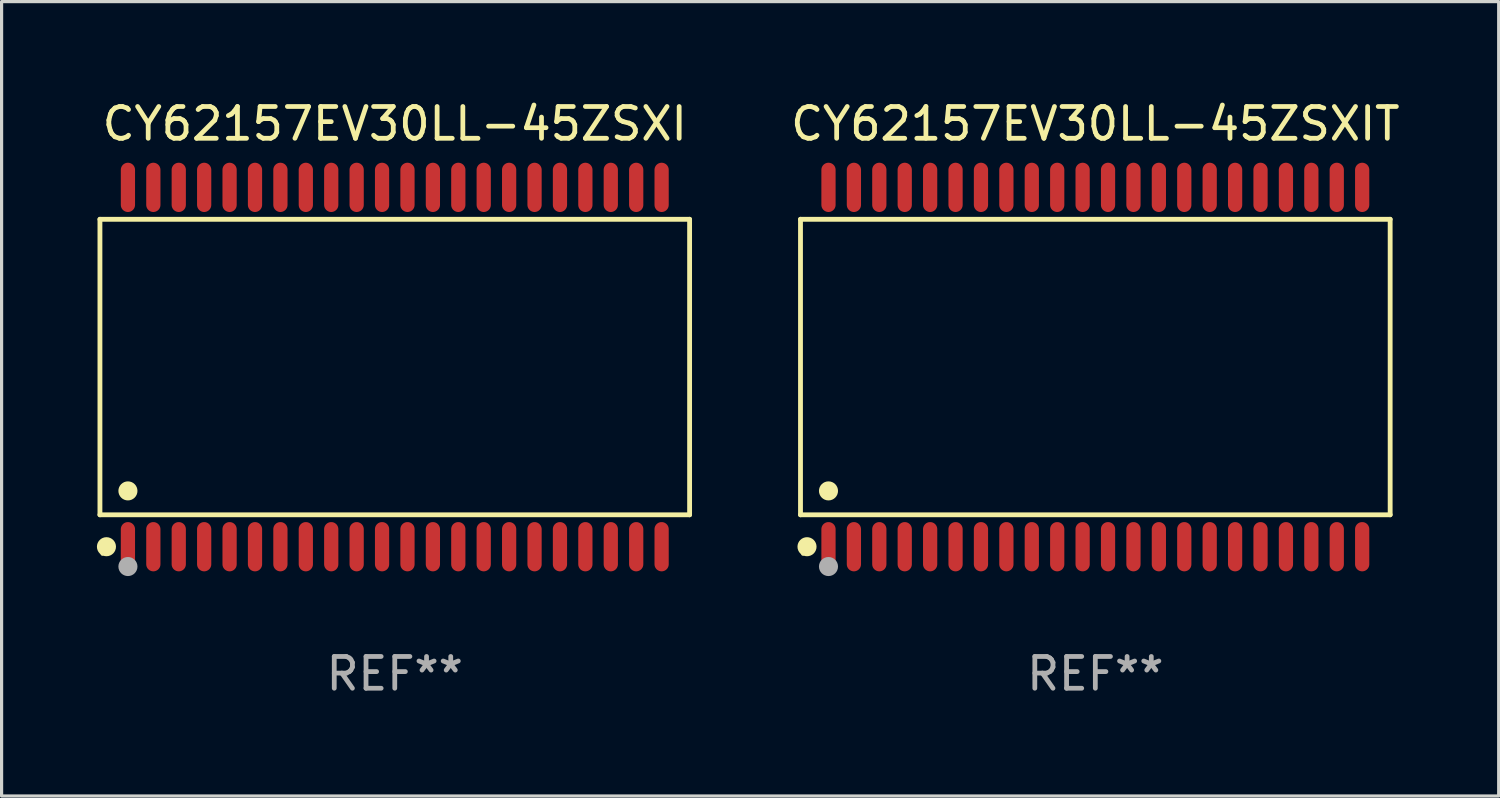
<source format=kicad_pcb>
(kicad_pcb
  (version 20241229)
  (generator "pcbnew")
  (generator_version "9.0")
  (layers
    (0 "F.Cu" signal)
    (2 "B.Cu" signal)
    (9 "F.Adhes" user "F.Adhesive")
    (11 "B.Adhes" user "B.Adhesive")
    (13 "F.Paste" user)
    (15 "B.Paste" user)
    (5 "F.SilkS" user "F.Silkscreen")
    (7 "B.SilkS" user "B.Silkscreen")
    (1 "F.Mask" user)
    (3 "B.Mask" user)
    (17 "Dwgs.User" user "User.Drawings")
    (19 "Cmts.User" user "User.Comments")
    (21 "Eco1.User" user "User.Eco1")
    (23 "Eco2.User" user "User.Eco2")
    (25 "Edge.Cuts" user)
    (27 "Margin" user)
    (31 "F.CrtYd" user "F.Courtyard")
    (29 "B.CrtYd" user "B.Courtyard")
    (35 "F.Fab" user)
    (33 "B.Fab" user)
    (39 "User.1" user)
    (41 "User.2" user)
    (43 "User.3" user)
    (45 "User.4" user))
  (footprint "CY62157EV30LL-45ZSXIT"
    (layer "F.Cu")
    (at 31.43 8.504)
    (property "Reference" "CY62157EV30LL-45ZSXIT" (at 0 -7.656 0) (layer "F.SilkS") (effects (font (size 1 1) (thickness 0.15))))
    (attr through_hole)
    (fp_line (start -9.281 -4.651) (end 9.281 -4.651) (stroke (width 0.152) (type solid)) (layer "F.SilkS"))
    (fp_line (start -9.281 4.651) (end -9.281 -4.651) (stroke (width 0.152) (type solid)) (layer "F.SilkS"))
    (fp_line (start 9.281 -4.651) (end 9.281 4.651) (stroke (width 0.152) (type solid)) (layer "F.SilkS"))
    (fp_line (start 9.281 4.651) (end -9.281 4.651) (stroke (width 0.152) (type solid)) (layer "F.SilkS"))
    (fp_circle (center -9.205 5.88) (end -9.175 5.88) (stroke (width 0.06) (type solid)) (fill no) (layer "F.SilkS"))
    (fp_circle (center -9.076 5.656) (end -8.926 5.656) (stroke (width 0.3) (type solid)) (fill no) (layer "F.SilkS"))
    (fp_circle (center -8.4 3.899) (end -8.25 3.899) (stroke (width 0.3) (type solid)) (fill no) (layer "F.SilkS"))
    (fp_circle (center -8.4 6.28) (end -8.25 6.28) (stroke (width 0.3) (type solid)) (fill no) (layer "F.Fab"))
    (fp_text user "REF**" (at 0 9.656 0) (layer "F.Fab") (effects (font (size 1 1) (thickness 0.15))))
    (pad "1" smd oval (at -8.4 5.656) (size 0.448 1.551) (layers "F.Cu" "F.Mask" "F.Paste"))
    (pad "2" smd oval (at -7.6 5.656) (size 0.448 1.551) (layers "F.Cu" "F.Mask" "F.Paste"))
    (pad "3" smd oval (at -6.8 5.656) (size 0.448 1.551) (layers "F.Cu" "F.Mask" "F.Paste"))
    (pad "4" smd oval (at -6 5.656) (size 0.448 1.551) (layers "F.Cu" "F.Mask" "F.Paste"))
    (pad "5" smd oval (at -5.2 5.656) (size 0.448 1.551) (layers "F.Cu" "F.Mask" "F.Paste"))
    (pad "6" smd oval (at -4.4 5.656) (size 0.448 1.551) (layers "F.Cu" "F.Mask" "F.Paste"))
    (pad "7" smd oval (at -3.6 5.656) (size 0.448 1.551) (layers "F.Cu" "F.Mask" "F.Paste"))
    (pad "8" smd oval (at -2.8 5.656) (size 0.448 1.551) (layers "F.Cu" "F.Mask" "F.Paste"))
    (pad "9" smd oval (at -2 5.656) (size 0.448 1.551) (layers "F.Cu" "F.Mask" "F.Paste"))
    (pad "10" smd oval (at -1.2 5.656) (size 0.448 1.551) (layers "F.Cu" "F.Mask" "F.Paste"))
    (pad "11" smd oval (at -0.4 5.656) (size 0.448 1.551) (layers "F.Cu" "F.Mask" "F.Paste"))
    (pad "12" smd oval (at 0.4 5.656) (size 0.448 1.551) (layers "F.Cu" "F.Mask" "F.Paste"))
    (pad "13" smd oval (at 1.2 5.656) (size 0.448 1.551) (layers "F.Cu" "F.Mask" "F.Paste"))
    (pad "14" smd oval (at 2 5.656) (size 0.448 1.551) (layers "F.Cu" "F.Mask" "F.Paste"))
    (pad "15" smd oval (at 2.8 5.656) (size 0.448 1.551) (layers "F.Cu" "F.Mask" "F.Paste"))
    (pad "16" smd oval (at 3.6 5.656) (size 0.448 1.551) (layers "F.Cu" "F.Mask" "F.Paste"))
    (pad "17" smd oval (at 4.4 5.656) (size 0.448 1.551) (layers "F.Cu" "F.Mask" "F.Paste"))
    (pad "18" smd oval (at 5.2 5.656) (size 0.448 1.551) (layers "F.Cu" "F.Mask" "F.Paste"))
    (pad "19" smd oval (at 6 5.656) (size 0.448 1.551) (layers "F.Cu" "F.Mask" "F.Paste"))
    (pad "20" smd oval (at 6.8 5.656) (size 0.448 1.551) (layers "F.Cu" "F.Mask" "F.Paste"))
    (pad "21" smd oval (at 7.6 5.656) (size 0.448 1.551) (layers "F.Cu" "F.Mask" "F.Paste"))
    (pad "22" smd oval (at 8.4 5.656) (size 0.448 1.551) (layers "F.Cu" "F.Mask" "F.Paste"))
    (pad "23" smd oval (at 8.4 -5.656) (size 0.448 1.551) (layers "F.Cu" "F.Mask" "F.Paste"))
    (pad "24" smd oval (at 7.6 -5.656) (size 0.448 1.551) (layers "F.Cu" "F.Mask" "F.Paste"))
    (pad "25" smd oval (at 6.8 -5.656) (size 0.448 1.551) (layers "F.Cu" "F.Mask" "F.Paste"))
    (pad "26" smd oval (at 6 -5.656) (size 0.448 1.551) (layers "F.Cu" "F.Mask" "F.Paste"))
    (pad "27" smd oval (at 5.2 -5.656) (size 0.448 1.551) (layers "F.Cu" "F.Mask" "F.Paste"))
    (pad "28" smd oval (at 4.4 -5.656) (size 0.448 1.551) (layers "F.Cu" "F.Mask" "F.Paste"))
    (pad "29" smd oval (at 3.6 -5.656) (size 0.448 1.551) (layers "F.Cu" "F.Mask" "F.Paste"))
    (pad "30" smd oval (at 2.8 -5.656) (size 0.448 1.551) (layers "F.Cu" "F.Mask" "F.Paste"))
    (pad "31" smd oval (at 2 -5.656) (size 0.448 1.551) (layers "F.Cu" "F.Mask" "F.Paste"))
    (pad "32" smd oval (at 1.2 -5.656) (size 0.448 1.551) (layers "F.Cu" "F.Mask" "F.Paste"))
    (pad "33" smd oval (at 0.4 -5.656) (size 0.448 1.551) (layers "F.Cu" "F.Mask" "F.Paste"))
    (pad "34" smd oval (at -0.4 -5.656) (size 0.448 1.551) (layers "F.Cu" "F.Mask" "F.Paste"))
    (pad "35" smd oval (at -1.2 -5.656) (size 0.448 1.551) (layers "F.Cu" "F.Mask" "F.Paste"))
    (pad "36" smd oval (at -2 -5.656) (size 0.448 1.551) (layers "F.Cu" "F.Mask" "F.Paste"))
    (pad "37" smd oval (at -2.8 -5.656) (size 0.448 1.551) (layers "F.Cu" "F.Mask" "F.Paste"))
    (pad "38" smd oval (at -3.6 -5.656) (size 0.448 1.551) (layers "F.Cu" "F.Mask" "F.Paste"))
    (pad "39" smd oval (at -4.4 -5.656) (size 0.448 1.551) (layers "F.Cu" "F.Mask" "F.Paste"))
    (pad "40" smd oval (at -5.2 -5.656) (size 0.448 1.551) (layers "F.Cu" "F.Mask" "F.Paste"))
    (pad "41" smd oval (at -6 -5.656) (size 0.448 1.551) (layers "F.Cu" "F.Mask" "F.Paste"))
    (pad "42" smd oval (at -6.8 -5.656) (size 0.448 1.551) (layers "F.Cu" "F.Mask" "F.Paste"))
    (pad "43" smd oval (at -7.6 -5.656) (size 0.448 1.551) (layers "F.Cu" "F.Mask" "F.Paste"))
    (pad "44" smd oval (at -8.4 -5.656) (size 0.448 1.551) (layers "F.Cu" "F.Mask" "F.Paste")))
  (footprint "CY62157EV30LL-45ZSXI"
    (layer "F.Cu")
    (at 9.377 8.504)
    (property "Reference" "CY62157EV30LL-45ZSXI" (at 0 -7.656 0) (layer "F.SilkS") (effects (font (size 1 1) (thickness 0.15))))
    (attr through_hole)
    (fp_line (start -9.281 -4.651) (end 9.281 -4.651) (stroke (width 0.152) (type solid)) (layer "F.SilkS"))
    (fp_line (start -9.281 4.651) (end -9.281 -4.651) (stroke (width 0.152) (type solid)) (layer "F.SilkS"))
    (fp_line (start 9.281 -4.651) (end 9.281 4.651) (stroke (width 0.152) (type solid)) (layer "F.SilkS"))
    (fp_line (start 9.281 4.651) (end -9.281 4.651) (stroke (width 0.152) (type solid)) (layer "F.SilkS"))
    (fp_circle (center -9.205 5.88) (end -9.175 5.88) (stroke (width 0.06) (type solid)) (fill no) (layer "F.SilkS"))
    (fp_circle (center -9.076 5.656) (end -8.926 5.656) (stroke (width 0.3) (type solid)) (fill no) (layer "F.SilkS"))
    (fp_circle (center -8.4 3.899) (end -8.25 3.899) (stroke (width 0.3) (type solid)) (fill no) (layer "F.SilkS"))
    (fp_circle (center -8.4 6.28) (end -8.25 6.28) (stroke (width 0.3) (type solid)) (fill no) (layer "F.Fab"))
    (fp_text user "REF**" (at 0 9.656 0) (layer "F.Fab") (effects (font (size 1 1) (thickness 0.15))))
    (pad "1" smd oval (at -8.4 5.656) (size 0.448 1.551) (layers "F.Cu" "F.Mask" "F.Paste"))
    (pad "2" smd oval (at -7.6 5.656) (size 0.448 1.551) (layers "F.Cu" "F.Mask" "F.Paste"))
    (pad "3" smd oval (at -6.8 5.656) (size 0.448 1.551) (layers "F.Cu" "F.Mask" "F.Paste"))
    (pad "4" smd oval (at -6 5.656) (size 0.448 1.551) (layers "F.Cu" "F.Mask" "F.Paste"))
    (pad "5" smd oval (at -5.2 5.656) (size 0.448 1.551) (layers "F.Cu" "F.Mask" "F.Paste"))
    (pad "6" smd oval (at -4.4 5.656) (size 0.448 1.551) (layers "F.Cu" "F.Mask" "F.Paste"))
    (pad "7" smd oval (at -3.6 5.656) (size 0.448 1.551) (layers "F.Cu" "F.Mask" "F.Paste"))
    (pad "8" smd oval (at -2.8 5.656) (size 0.448 1.551) (layers "F.Cu" "F.Mask" "F.Paste"))
    (pad "9" smd oval (at -2 5.656) (size 0.448 1.551) (layers "F.Cu" "F.Mask" "F.Paste"))
    (pad "10" smd oval (at -1.2 5.656) (size 0.448 1.551) (layers "F.Cu" "F.Mask" "F.Paste"))
    (pad "11" smd oval (at -0.4 5.656) (size 0.448 1.551) (layers "F.Cu" "F.Mask" "F.Paste"))
    (pad "12" smd oval (at 0.4 5.656) (size 0.448 1.551) (layers "F.Cu" "F.Mask" "F.Paste"))
    (pad "13" smd oval (at 1.2 5.656) (size 0.448 1.551) (layers "F.Cu" "F.Mask" "F.Paste"))
    (pad "14" smd oval (at 2 5.656) (size 0.448 1.551) (layers "F.Cu" "F.Mask" "F.Paste"))
    (pad "15" smd oval (at 2.8 5.656) (size 0.448 1.551) (layers "F.Cu" "F.Mask" "F.Paste"))
    (pad "16" smd oval (at 3.6 5.656) (size 0.448 1.551) (layers "F.Cu" "F.Mask" "F.Paste"))
    (pad "17" smd oval (at 4.4 5.656) (size 0.448 1.551) (layers "F.Cu" "F.Mask" "F.Paste"))
    (pad "18" smd oval (at 5.2 5.656) (size 0.448 1.551) (layers "F.Cu" "F.Mask" "F.Paste"))
    (pad "19" smd oval (at 6 5.656) (size 0.448 1.551) (layers "F.Cu" "F.Mask" "F.Paste"))
    (pad "20" smd oval (at 6.8 5.656) (size 0.448 1.551) (layers "F.Cu" "F.Mask" "F.Paste"))
    (pad "21" smd oval (at 7.6 5.656) (size 0.448 1.551) (layers "F.Cu" "F.Mask" "F.Paste"))
    (pad "22" smd oval (at 8.4 5.656) (size 0.448 1.551) (layers "F.Cu" "F.Mask" "F.Paste"))
    (pad "23" smd oval (at 8.4 -5.656) (size 0.448 1.551) (layers "F.Cu" "F.Mask" "F.Paste"))
    (pad "24" smd oval (at 7.6 -5.656) (size 0.448 1.551) (layers "F.Cu" "F.Mask" "F.Paste"))
    (pad "25" smd oval (at 6.8 -5.656) (size 0.448 1.551) (layers "F.Cu" "F.Mask" "F.Paste"))
    (pad "26" smd oval (at 6 -5.656) (size 0.448 1.551) (layers "F.Cu" "F.Mask" "F.Paste"))
    (pad "27" smd oval (at 5.2 -5.656) (size 0.448 1.551) (layers "F.Cu" "F.Mask" "F.Paste"))
    (pad "28" smd oval (at 4.4 -5.656) (size 0.448 1.551) (layers "F.Cu" "F.Mask" "F.Paste"))
    (pad "29" smd oval (at 3.6 -5.656) (size 0.448 1.551) (layers "F.Cu" "F.Mask" "F.Paste"))
    (pad "30" smd oval (at 2.8 -5.656) (size 0.448 1.551) (layers "F.Cu" "F.Mask" "F.Paste"))
    (pad "31" smd oval (at 2 -5.656) (size 0.448 1.551) (layers "F.Cu" "F.Mask" "F.Paste"))
    (pad "32" smd oval (at 1.2 -5.656) (size 0.448 1.551) (layers "F.Cu" "F.Mask" "F.Paste"))
    (pad "33" smd oval (at 0.4 -5.656) (size 0.448 1.551) (layers "F.Cu" "F.Mask" "F.Paste"))
    (pad "34" smd oval (at -0.4 -5.656) (size 0.448 1.551) (layers "F.Cu" "F.Mask" "F.Paste"))
    (pad "35" smd oval (at -1.2 -5.656) (size 0.448 1.551) (layers "F.Cu" "F.Mask" "F.Paste"))
    (pad "36" smd oval (at -2 -5.656) (size 0.448 1.551) (layers "F.Cu" "F.Mask" "F.Paste"))
    (pad "37" smd oval (at -2.8 -5.656) (size 0.448 1.551) (layers "F.Cu" "F.Mask" "F.Paste"))
    (pad "38" smd oval (at -3.6 -5.656) (size 0.448 1.551) (layers "F.Cu" "F.Mask" "F.Paste"))
    (pad "39" smd oval (at -4.4 -5.656) (size 0.448 1.551) (layers "F.Cu" "F.Mask" "F.Paste"))
    (pad "40" smd oval (at -5.2 -5.656) (size 0.448 1.551) (layers "F.Cu" "F.Mask" "F.Paste"))
    (pad "41" smd oval (at -6 -5.656) (size 0.448 1.551) (layers "F.Cu" "F.Mask" "F.Paste"))
    (pad "42" smd oval (at -6.8 -5.656) (size 0.448 1.551) (layers "F.Cu" "F.Mask" "F.Paste"))
    (pad "43" smd oval (at -7.6 -5.656) (size 0.448 1.551) (layers "F.Cu" "F.Mask" "F.Paste"))
    (pad "44" smd oval (at -8.4 -5.656) (size 0.448 1.551) (layers "F.Cu" "F.Mask" "F.Paste")))
  (gr_rect
    (start -3 -3)
    (end 44.127 22.008)
    (stroke (width 0.1) (type default))
    (fill no)
    (layer "Edge.Cuts")))
</source>
